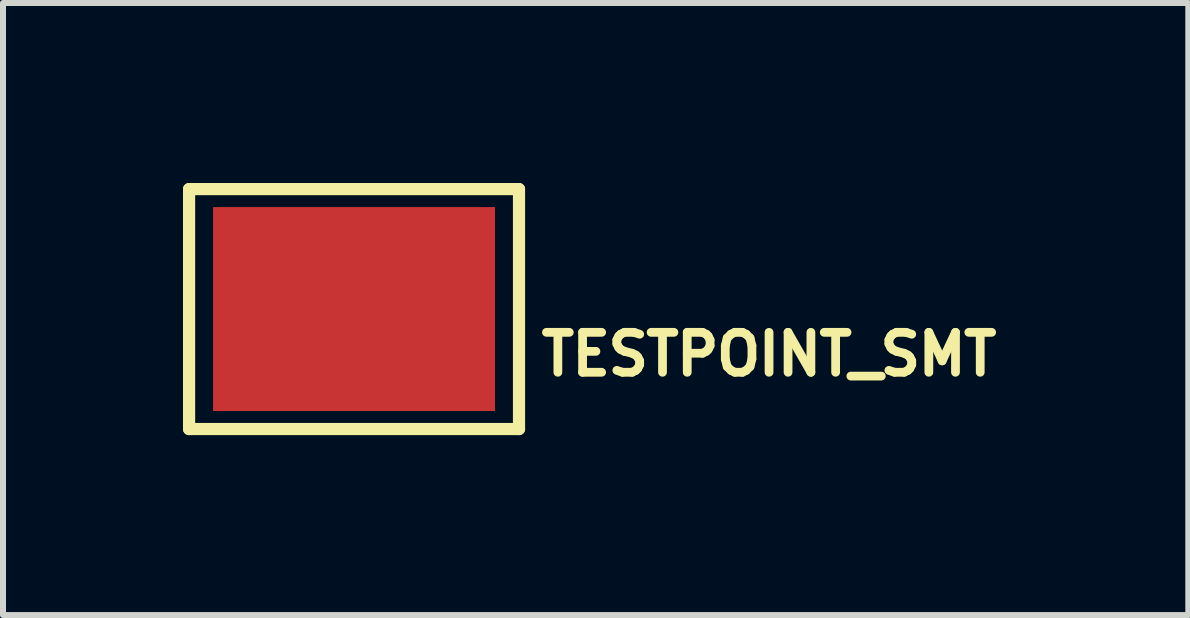
<source format=kicad_pcb>
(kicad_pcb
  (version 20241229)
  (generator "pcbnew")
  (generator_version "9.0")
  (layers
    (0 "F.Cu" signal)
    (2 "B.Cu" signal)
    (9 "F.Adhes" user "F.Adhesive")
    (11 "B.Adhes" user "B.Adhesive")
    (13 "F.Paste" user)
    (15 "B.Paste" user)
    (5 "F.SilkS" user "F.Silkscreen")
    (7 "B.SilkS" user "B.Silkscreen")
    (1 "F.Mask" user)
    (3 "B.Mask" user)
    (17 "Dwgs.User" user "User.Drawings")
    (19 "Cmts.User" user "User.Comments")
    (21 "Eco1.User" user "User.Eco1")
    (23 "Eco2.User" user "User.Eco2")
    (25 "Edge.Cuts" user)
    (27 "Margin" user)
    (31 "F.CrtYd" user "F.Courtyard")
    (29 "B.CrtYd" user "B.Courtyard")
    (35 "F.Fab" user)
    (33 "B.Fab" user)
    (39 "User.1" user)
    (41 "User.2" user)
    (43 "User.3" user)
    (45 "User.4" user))
  (footprint "TESTPOINT_SMT"
    (layer "F.Cu")
    (at 2.852 2.102)
    (property "Reference" "TESTPOINT_SMT" (at 3.048 1.143 0) (unlocked yes) (layer "F.SilkS") (effects (font (size 0.666 0.666) (thickness 0.146)) (justify left bottom)))
    (fp_line (start -2.75 -2) (end 2.75 -2) (stroke (width 0.203) (type solid)) (layer "F.SilkS"))
    (fp_line (start -2.75 2) (end -2.75 -2) (stroke (width 0.203) (type solid)) (layer "F.SilkS"))
    (fp_line (start 2.75 -2) (end 2.75 2) (stroke (width 0.203) (type solid)) (layer "F.SilkS"))
    (fp_line (start 2.75 2) (end -2.75 2) (stroke (width 0.203) (type solid)) (layer "F.SilkS"))
    (pad "P$1" smd rect (at 0 0) (size 4.7 3.4) (layers "F.Cu" "F.Mask" "F.Paste")))
  (gr_rect
    (start -3 -3)
    (end 16.759 7.203)
    (stroke (width 0.1) (type default))
    (fill no)
    (layer "Edge.Cuts")))
</source>
